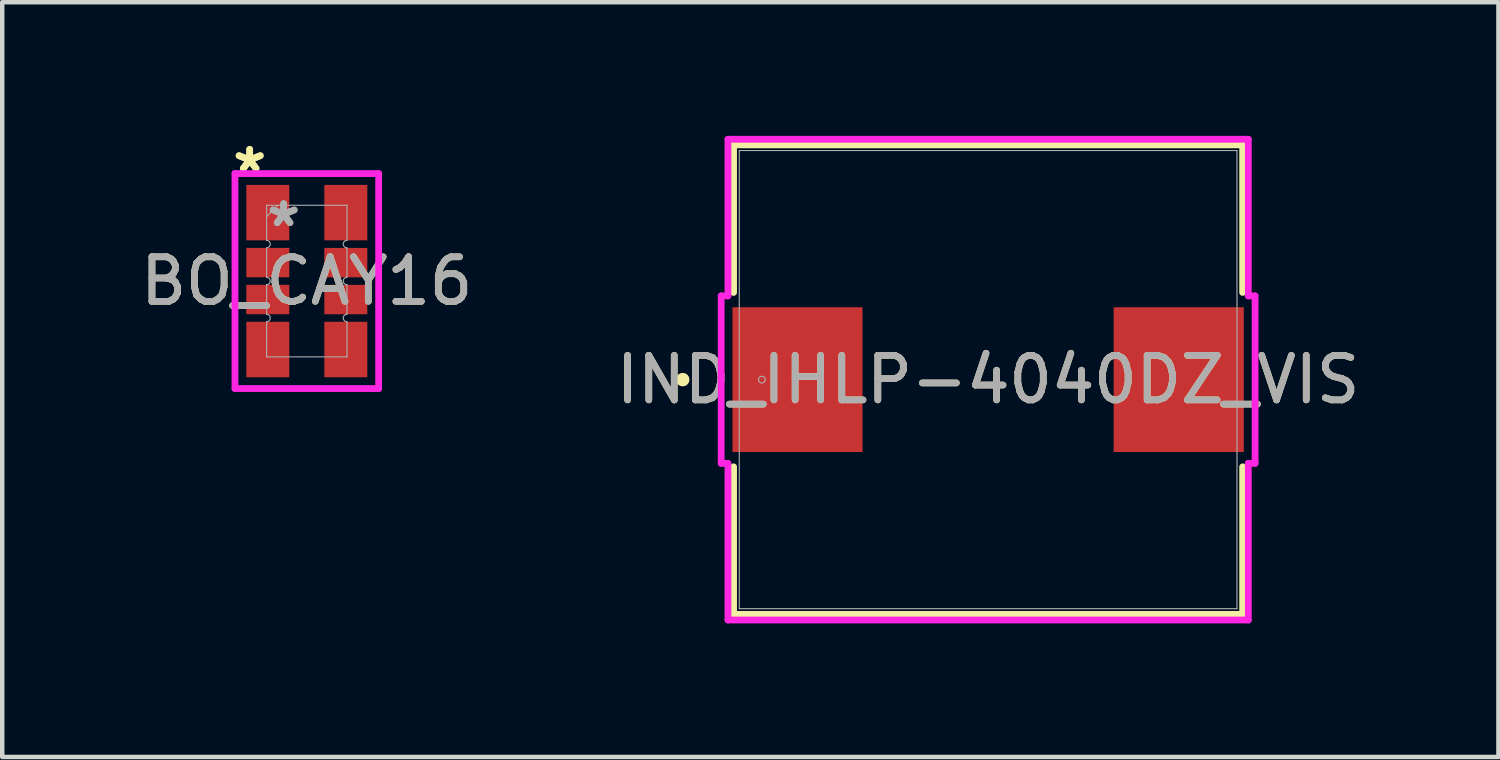
<source format=kicad_pcb>
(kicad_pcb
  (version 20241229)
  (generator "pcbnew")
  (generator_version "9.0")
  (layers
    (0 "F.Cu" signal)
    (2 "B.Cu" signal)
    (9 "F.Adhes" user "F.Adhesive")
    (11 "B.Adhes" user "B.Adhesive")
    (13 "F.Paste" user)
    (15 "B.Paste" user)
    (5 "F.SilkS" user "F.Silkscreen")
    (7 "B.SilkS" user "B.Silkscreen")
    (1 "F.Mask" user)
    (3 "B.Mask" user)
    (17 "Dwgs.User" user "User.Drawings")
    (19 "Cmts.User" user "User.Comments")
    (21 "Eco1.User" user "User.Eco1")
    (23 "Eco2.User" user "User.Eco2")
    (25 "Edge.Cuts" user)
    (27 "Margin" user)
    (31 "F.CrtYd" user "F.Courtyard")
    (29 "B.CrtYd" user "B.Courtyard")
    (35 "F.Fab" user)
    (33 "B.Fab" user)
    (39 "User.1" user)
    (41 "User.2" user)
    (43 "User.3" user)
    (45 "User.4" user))
  (footprint "BO_CAY16"
    (layer "F.Cu")
    (at 3.839 3.261)
    (property "Reference" "BO_CAY16" (at 0 0 0) (unlocked yes) (layer "F.SilkS") (effects (font (size 1 1) (thickness 0.15))))
    (attr smd)
    (fp_line (start -1.613 -2.413) (end 1.613 -2.413) (stroke (width 0.152) (type solid)) (layer "F.CrtYd"))
    (fp_line (start -1.613 2.413) (end -1.613 -2.413) (stroke (width 0.152) (type solid)) (layer "F.CrtYd"))
    (fp_line (start 1.613 -2.413) (end 1.613 2.413) (stroke (width 0.152) (type solid)) (layer "F.CrtYd"))
    (fp_line (start 1.613 2.413) (end -1.613 2.413) (stroke (width 0.152) (type solid)) (layer "F.CrtYd"))
    (fp_line (start -0.902 -1.702) (end 0.902 -1.702) (stroke (width 0.025) (type solid)) (layer "F.Fab"))
    (fp_line (start -0.902 -0.914) (end -0.902 -1.702) (stroke (width 0.025) (type solid)) (layer "F.Fab"))
    (fp_line (start -0.902 -0.745) (end -0.902 -0.085) (stroke (width 0.025) (type solid)) (layer "F.Fab"))
    (fp_line (start -0.902 0.084) (end -0.902 0.744) (stroke (width 0.025) (type solid)) (layer "F.Fab"))
    (fp_line (start -0.902 0.914) (end -0.902 1.702) (stroke (width 0.025) (type solid)) (layer "F.Fab"))
    (fp_line (start -0.902 1.702) (end 0.902 1.702) (stroke (width 0.025) (type solid)) (layer "F.Fab"))
    (fp_line (start -0.648 -1.702) (end -0.902 -1.448) (stroke (width 0.025) (type solid)) (layer "F.Fab"))
    (fp_line (start 0.902 -0.914) (end 0.902 -1.702) (stroke (width 0.025) (type solid)) (layer "F.Fab"))
    (fp_line (start 0.902 -0.745) (end 0.902 -0.085) (stroke (width 0.025) (type solid)) (layer "F.Fab"))
    (fp_line (start 0.902 0.084) (end 0.902 0.744) (stroke (width 0.025) (type solid)) (layer "F.Fab"))
    (fp_line (start 0.902 0.914) (end 0.902 1.702) (stroke (width 0.025) (type solid)) (layer "F.Fab"))
    (fp_arc (start -0.9017 -0.9144) (mid -0.817245 -0.829945) (end -0.9017 -0.74549) (stroke (width 0.0254) (type solid)) (layer "F.Fab"))
    (fp_arc (start -0.9017 -0.08509) (mid -0.817245 -0.000635) (end -0.9017 0.08382) (stroke (width 0.0254) (type solid)) (layer "F.Fab"))
    (fp_arc (start -0.9017 0.74422) (mid -0.817245 0.828675) (end -0.9017 0.91313) (stroke (width 0.0254) (type solid)) (layer "F.Fab"))
    (fp_arc (start 0.9017 -0.74549) (mid 0.817245 -0.829945) (end 0.9017 -0.9144) (stroke (width 0.0254) (type solid)) (layer "F.Fab"))
    (fp_arc (start 0.9017 0.08382) (mid 0.817245 -0.000635) (end 0.9017 -0.08509) (stroke (width 0.0254) (type solid)) (layer "F.Fab"))
    (fp_arc (start 0.9017 0.91313) (mid 0.817245 0.828675) (end 0.9017 0.74422) (stroke (width 0.0254) (type solid)) (layer "F.Fab"))
    (fp_text user "*" (at -1.283 -2.413 0) (layer "F.SilkS") (effects (font (size 1 1) (thickness 0.15))))
    (fp_text user "*" (at -1.283 -2.413 0) (unlocked yes) (layer "F.SilkS") (effects (font (size 1 1) (thickness 0.15))))
    (fp_text user "${REFERENCE}" (at 0 0 0) (unlocked yes) (layer "F.Fab") (effects (font (size 1 1) (thickness 0.15))))
    (fp_text user "*" (at -0.521 -1.194 0) (layer "F.Fab") (effects (font (size 1 1) (thickness 0.15))))
    (fp_text user "*" (at -0.521 -1.194 0) (unlocked yes) (layer "F.Fab") (effects (font (size 1 1) (thickness 0.15))))
    (pad "1" smd rect (at -0.876 -1.537) (size 0.965 1.245) (layers "F.Cu" "F.Mask" "F.Paste"))
    (pad "2" smd rect (at -0.876 -0.415) (size 0.965 0.66) (layers "F.Cu" "F.Mask" "F.Paste"))
    (pad "3" smd rect (at -0.876 0.414) (size 0.965 0.66) (layers "F.Cu" "F.Mask" "F.Paste"))
    (pad "4" smd rect (at -0.876 1.537) (size 0.965 1.245) (layers "F.Cu" "F.Mask" "F.Paste"))
    (pad "5" smd rect (at 0.876 1.537) (size 0.965 1.245) (layers "F.Cu" "F.Mask" "F.Paste"))
    (pad "6" smd rect (at 0.876 0.415) (size 0.965 0.66) (layers "F.Cu" "F.Mask" "F.Paste"))
    (pad "7" smd rect (at 0.876 -0.414) (size 0.965 0.66) (layers "F.Cu" "F.Mask" "F.Paste"))
    (pad "8" smd rect (at 0.876 -1.537) (size 0.965 1.245) (layers "F.Cu" "F.Mask" "F.Paste")))
  (footprint "IND_IHLP-4040DZ_VIS"
    (layer "F.Cu")
    (at 19.137 5.474)
    (property "Reference" "IND_IHLP-4040DZ_VIS" (at 0 0 0) (unlocked yes) (layer "F.SilkS") (effects (font (size 1 1) (thickness 0.15))))
    (attr smd)
    (fp_line (start -5.715 -5.271) (end -5.715 -1.958) (stroke (width 0.152) (type solid)) (layer "F.SilkS"))
    (fp_line (start -5.715 1.958) (end -5.715 5.271) (stroke (width 0.152) (type solid)) (layer "F.SilkS"))
    (fp_line (start -5.715 5.271) (end 5.715 5.271) (stroke (width 0.152) (type solid)) (layer "F.SilkS"))
    (fp_line (start 5.715 -5.271) (end -5.715 -5.271) (stroke (width 0.152) (type solid)) (layer "F.SilkS"))
    (fp_line (start 5.715 -1.958) (end 5.715 -5.271) (stroke (width 0.152) (type solid)) (layer "F.SilkS"))
    (fp_line (start 5.715 5.271) (end 5.715 1.958) (stroke (width 0.152) (type solid)) (layer "F.SilkS"))
    (fp_circle (center -6.858 0) (end -6.782 0) (stroke (width 0.152) (type solid)) (fill no) (layer "F.SilkS"))
    (fp_line (start -5.994 -1.88) (end -5.842 -1.88) (stroke (width 0.152) (type solid)) (layer "F.CrtYd"))
    (fp_line (start -5.994 1.88) (end -5.994 -1.88) (stroke (width 0.152) (type solid)) (layer "F.CrtYd"))
    (fp_line (start -5.842 -5.397) (end 5.842 -5.397) (stroke (width 0.152) (type solid)) (layer "F.CrtYd"))
    (fp_line (start -5.842 -1.88) (end -5.842 -5.397) (stroke (width 0.152) (type solid)) (layer "F.CrtYd"))
    (fp_line (start -5.842 1.88) (end -5.994 1.88) (stroke (width 0.152) (type solid)) (layer "F.CrtYd"))
    (fp_line (start -5.842 5.397) (end -5.842 1.88) (stroke (width 0.152) (type solid)) (layer "F.CrtYd"))
    (fp_line (start 5.842 -5.397) (end 5.842 -1.88) (stroke (width 0.152) (type solid)) (layer "F.CrtYd"))
    (fp_line (start 5.842 -1.88) (end 5.994 -1.88) (stroke (width 0.152) (type solid)) (layer "F.CrtYd"))
    (fp_line (start 5.842 1.88) (end 5.842 5.397) (stroke (width 0.152) (type solid)) (layer "F.CrtYd"))
    (fp_line (start 5.842 5.397) (end -5.842 5.397) (stroke (width 0.152) (type solid)) (layer "F.CrtYd"))
    (fp_line (start 5.994 -1.88) (end 5.994 1.88) (stroke (width 0.152) (type solid)) (layer "F.CrtYd"))
    (fp_line (start 5.994 1.88) (end 5.842 1.88) (stroke (width 0.152) (type solid)) (layer "F.CrtYd"))
    (fp_line (start -5.588 -5.144) (end -5.588 5.144) (stroke (width 0.025) (type solid)) (layer "F.Fab"))
    (fp_line (start -5.588 5.144) (end 5.588 5.144) (stroke (width 0.025) (type solid)) (layer "F.Fab"))
    (fp_line (start 5.588 -5.144) (end -5.588 -5.144) (stroke (width 0.025) (type solid)) (layer "F.Fab"))
    (fp_line (start 5.588 5.144) (end 5.588 -5.144) (stroke (width 0.025) (type solid)) (layer "F.Fab"))
    (fp_circle (center -5.08 0) (end -5.004 0) (stroke (width 0.025) (type solid)) (fill no) (layer "F.Fab"))
    (fp_text user "${REFERENCE}" (at 0 0 0) (unlocked yes) (layer "F.Fab") (effects (font (size 1 1) (thickness 0.15))))
    (pad "1" smd rect (at -4.28 0 90) (size 3.251 2.921) (layers "F.Cu" "F.Mask" "F.Paste"))
    (pad "2" smd rect (at 4.28 0 90) (size 3.251 2.921) (layers "F.Cu" "F.Mask" "F.Paste"))
    (zone (net_name "") (layer "F.Cu") (hatch full 0.508) (connect_pads) (min_thickness 0.254) (filled_areas_thickness no) (keepout (tracks not_allowed) (vias not_allowed) (pads allowed) (copperpour not_allowed) (footprints allowed)) (placement (enabled no)) (fill) (polygon (pts (xy 13.6 0.381) (xy 24.674 0.381) (xy 24.674 3.797) (xy 13.6 3.797))))
    (zone (net_name "") (layer "F.Cu") (hatch full 0.508) (connect_pads) (min_thickness 0.254) (filled_areas_thickness no) (keepout (tracks not_allowed) (vias not_allowed) (pads allowed) (copperpour not_allowed) (footprints allowed)) (placement (enabled no)) (fill) (polygon (pts (xy 13.6 7.15) (xy 24.674 7.15) (xy 24.674 10.566) (xy 13.6 10.566))))
    (zone (net_name "") (layer "F.Cu") (hatch full 0.508) (connect_pads) (min_thickness 0.254) (filled_areas_thickness no) (keepout (tracks not_allowed) (vias not_allowed) (pads allowed) (copperpour not_allowed) (footprints allowed)) (placement (enabled no)) (fill) (polygon (pts (xy 16.368 3.797) (xy 21.906 3.797) (xy 21.906 7.15) (xy 16.368 7.15)))))
  (gr_rect
    (start -3 -3)
    (end 30.595 13.947)
    (stroke (width 0.1) (type default))
    (fill no)
    (layer "Edge.Cuts")))
</source>
